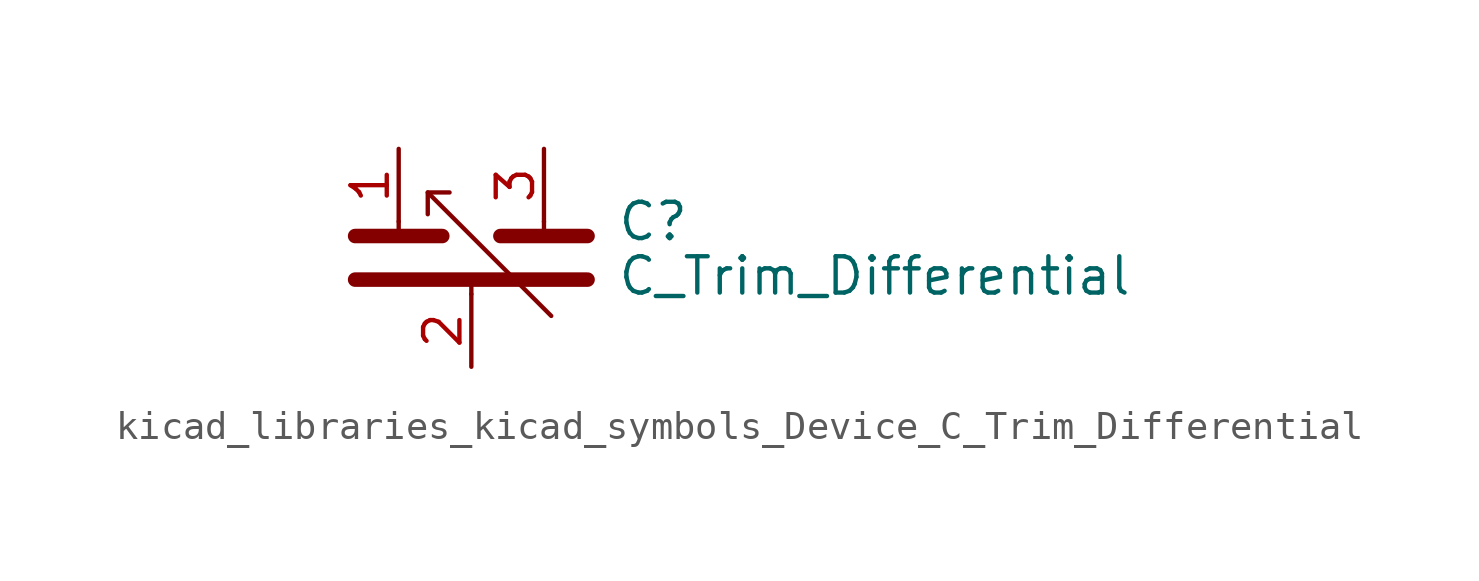
<source format=kicad_sym>
(kicad_symbol_lib
  (version 20220914)
  (generator kicad_symbol_editor)
  (symbol "kicad_libraries_kicad_symbols_Device_C_Trim_Differential"
    (pin_names
      (offset 0.254) hide)
    (property "Reference" "C"
      (at 5.08 1.27 0)
      (effects (font (size 1.27 1.27)) (justify left)))
    (property "Value" "C_Trim_Differential"
      (at 5.08 -0.635 0)
      (effects (font (size 1.27 1.27)) (justify left)))
    (symbol "kicad_libraries_kicad_symbols_Device_C_Trim_Differential_0_1"
      (polyline (pts (xy -4.064 -0.762) (xy 4.064 -0.762)) (stroke (width 0.508) (type default)) (fill (type none)))
      (polyline (pts (xy -4.064 0.762) (xy -1.016 0.762)) (stroke (width 0.508) (type default)) (fill (type none)))
      (polyline (pts (xy -2.54 1.27) (xy -2.54 0.762)) (stroke (width 0) (type default)) (fill (type none)))
      (polyline (pts (xy -1.524 2.286) (xy 2.794 -2.032)) (stroke (width 0) (type default)) (fill (type none)))
      (polyline (pts (xy 0 -1.27) (xy 0 -0.762)) (stroke (width 0) (type default)) (fill (type none)))
      (polyline (pts (xy 1.016 0.762) (xy 4.064 0.762)) (stroke (width 0.508) (type default)) (fill (type none)))
      (polyline (pts (xy 2.54 1.27) (xy 2.54 0.762)) (stroke (width 0) (type default)) (fill (type none)))
      (polyline (pts (xy -0.762 2.286) (xy -1.524 2.286) (xy -1.524 1.524)) (stroke (width 0) (type default)) (fill (type none))))
    (symbol "kicad_libraries_kicad_symbols_Device_C_Trim_Differential_1_1"
      (pin passive line (at -2.54 3.81 270) (length 2.54) (name "~" (effects (font (size 1.27 1.27)))) (number "1" (effects (font (size 1.27 1.27)))))
      (pin passive line (at 0 -3.81 90) (length 2.54) (name "~" (effects (font (size 1.27 1.27)))) (number "2" (effects (font (size 1.27 1.27)))))
      (pin passive line (at 2.54 3.81 270) (length 2.54) (name "~" (effects (font (size 1.27 1.27)))) (number "3" (effects (font (size 1.27 1.27))))))))
</source>
